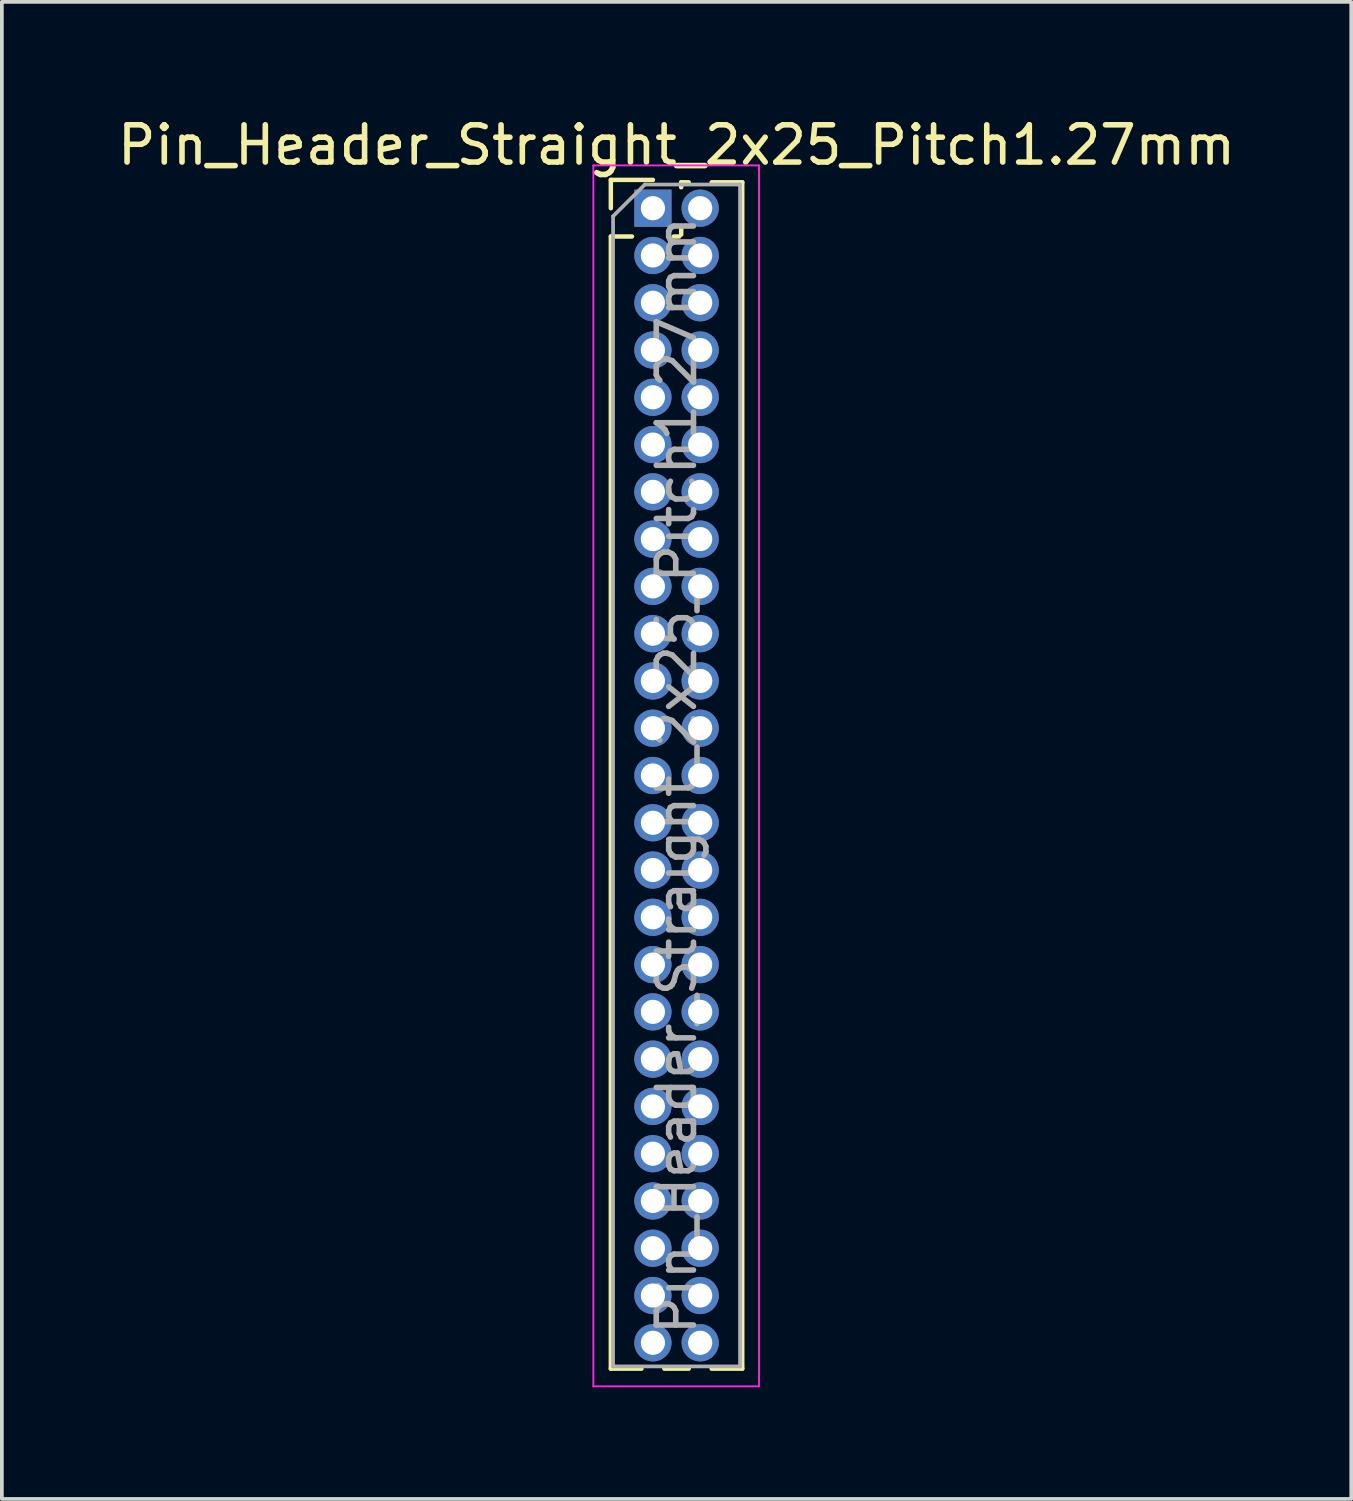
<source format=kicad_pcb>
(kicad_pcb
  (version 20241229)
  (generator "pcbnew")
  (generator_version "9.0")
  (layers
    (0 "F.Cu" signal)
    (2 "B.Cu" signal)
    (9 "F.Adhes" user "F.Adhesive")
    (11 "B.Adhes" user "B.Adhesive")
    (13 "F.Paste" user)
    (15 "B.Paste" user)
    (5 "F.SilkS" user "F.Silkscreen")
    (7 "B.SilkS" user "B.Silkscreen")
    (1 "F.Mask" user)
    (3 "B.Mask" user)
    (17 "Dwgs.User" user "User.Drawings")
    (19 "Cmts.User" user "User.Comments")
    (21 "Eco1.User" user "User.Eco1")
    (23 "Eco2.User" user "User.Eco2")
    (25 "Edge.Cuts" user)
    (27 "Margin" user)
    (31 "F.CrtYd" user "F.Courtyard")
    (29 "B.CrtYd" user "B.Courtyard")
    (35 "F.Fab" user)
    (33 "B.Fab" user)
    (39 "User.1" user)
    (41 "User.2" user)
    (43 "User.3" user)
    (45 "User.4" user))
  (footprint "Pin_Header_Straight_2x25_Pitch1.27mm"
    (layer "F.Cu")
    (at 14.49 2.543)
    (property "Reference" "Pin_Header_Straight_2x25_Pitch1.27mm" (at 0.635 -1.695 0) (layer "F.SilkS") (effects (font (size 1 1) (thickness 0.15))))
    (attr through_hole)
    (fp_line (start -1.13 -0.76) (end 0 -0.76) (stroke (width 0.12) (type solid)) (layer "F.SilkS"))
    (fp_line (start -1.13 0) (end -1.13 -0.76) (stroke (width 0.12) (type solid)) (layer "F.SilkS"))
    (fp_line (start -1.13 0.76) (end -1.13 31.175) (stroke (width 0.12) (type solid)) (layer "F.SilkS"))
    (fp_line (start -1.13 0.76) (end -0.563 0.76) (stroke (width 0.12) (type solid)) (layer "F.SilkS"))
    (fp_line (start -1.13 31.175) (end -0.308 31.175) (stroke (width 0.12) (type solid)) (layer "F.SilkS"))
    (fp_line (start 0.308 31.175) (end 0.962 31.175) (stroke (width 0.12) (type solid)) (layer "F.SilkS"))
    (fp_line (start 0.563 0.76) (end 0.707 0.76) (stroke (width 0.12) (type solid)) (layer "F.SilkS"))
    (fp_line (start 0.76 -0.695) (end 0.962 -0.695) (stroke (width 0.12) (type solid)) (layer "F.SilkS"))
    (fp_line (start 0.76 -0.563) (end 0.76 -0.695) (stroke (width 0.12) (type solid)) (layer "F.SilkS"))
    (fp_line (start 0.76 0.707) (end 0.76 0.563) (stroke (width 0.12) (type solid)) (layer "F.SilkS"))
    (fp_line (start 1.578 -0.695) (end 2.4 -0.695) (stroke (width 0.12) (type solid)) (layer "F.SilkS"))
    (fp_line (start 1.578 31.175) (end 2.4 31.175) (stroke (width 0.12) (type solid)) (layer "F.SilkS"))
    (fp_line (start 2.4 -0.695) (end 2.4 31.175) (stroke (width 0.12) (type solid)) (layer "F.SilkS"))
    (fp_line (start -1.6 -1.15) (end -1.6 31.65) (stroke (width 0.05) (type solid)) (layer "F.CrtYd"))
    (fp_line (start -1.6 31.65) (end 2.85 31.65) (stroke (width 0.05) (type solid)) (layer "F.CrtYd"))
    (fp_line (start 2.85 -1.15) (end -1.6 -1.15) (stroke (width 0.05) (type solid)) (layer "F.CrtYd"))
    (fp_line (start 2.85 31.65) (end 2.85 -1.15) (stroke (width 0.05) (type solid)) (layer "F.CrtYd"))
    (fp_line (start -1.07 0.217) (end -0.217 -0.635) (stroke (width 0.1) (type solid)) (layer "F.Fab"))
    (fp_line (start -1.07 31.115) (end -1.07 0.217) (stroke (width 0.1) (type solid)) (layer "F.Fab"))
    (fp_line (start -0.217 -0.635) (end 2.34 -0.635) (stroke (width 0.1) (type solid)) (layer "F.Fab"))
    (fp_line (start 2.34 -0.635) (end 2.34 31.115) (stroke (width 0.1) (type solid)) (layer "F.Fab"))
    (fp_line (start 2.34 31.115) (end -1.07 31.115) (stroke (width 0.1) (type solid)) (layer "F.Fab"))
    (fp_text user "${REFERENCE}" (at 0.635 15.24 90) (layer "F.Fab") (effects (font (size 1 1) (thickness 0.15))))
    (pad "1" thru_hole rect (at 0 0) (size 1 1) (drill 0.65) (layers "*.Cu" "*.Mask"))
    (pad "2" thru_hole oval (at 1.27 0) (size 1 1) (drill 0.65) (layers "*.Cu" "*.Mask"))
    (pad "3" thru_hole oval (at 0 1.27) (size 1 1) (drill 0.65) (layers "*.Cu" "*.Mask"))
    (pad "4" thru_hole oval (at 1.27 1.27) (size 1 1) (drill 0.65) (layers "*.Cu" "*.Mask"))
    (pad "5" thru_hole oval (at 0 2.54) (size 1 1) (drill 0.65) (layers "*.Cu" "*.Mask"))
    (pad "6" thru_hole oval (at 1.27 2.54) (size 1 1) (drill 0.65) (layers "*.Cu" "*.Mask"))
    (pad "7" thru_hole oval (at 0 3.81) (size 1 1) (drill 0.65) (layers "*.Cu" "*.Mask"))
    (pad "8" thru_hole oval (at 1.27 3.81) (size 1 1) (drill 0.65) (layers "*.Cu" "*.Mask"))
    (pad "9" thru_hole oval (at 0 5.08) (size 1 1) (drill 0.65) (layers "*.Cu" "*.Mask"))
    (pad "10" thru_hole oval (at 1.27 5.08) (size 1 1) (drill 0.65) (layers "*.Cu" "*.Mask"))
    (pad "11" thru_hole oval (at 0 6.35) (size 1 1) (drill 0.65) (layers "*.Cu" "*.Mask"))
    (pad "12" thru_hole oval (at 1.27 6.35) (size 1 1) (drill 0.65) (layers "*.Cu" "*.Mask"))
    (pad "13" thru_hole oval (at 0 7.62) (size 1 1) (drill 0.65) (layers "*.Cu" "*.Mask"))
    (pad "14" thru_hole oval (at 1.27 7.62) (size 1 1) (drill 0.65) (layers "*.Cu" "*.Mask"))
    (pad "15" thru_hole oval (at 0 8.89) (size 1 1) (drill 0.65) (layers "*.Cu" "*.Mask"))
    (pad "16" thru_hole oval (at 1.27 8.89) (size 1 1) (drill 0.65) (layers "*.Cu" "*.Mask"))
    (pad "17" thru_hole oval (at 0 10.16) (size 1 1) (drill 0.65) (layers "*.Cu" "*.Mask"))
    (pad "18" thru_hole oval (at 1.27 10.16) (size 1 1) (drill 0.65) (layers "*.Cu" "*.Mask"))
    (pad "19" thru_hole oval (at 0 11.43) (size 1 1) (drill 0.65) (layers "*.Cu" "*.Mask"))
    (pad "20" thru_hole oval (at 1.27 11.43) (size 1 1) (drill 0.65) (layers "*.Cu" "*.Mask"))
    (pad "21" thru_hole oval (at 0 12.7) (size 1 1) (drill 0.65) (layers "*.Cu" "*.Mask"))
    (pad "22" thru_hole oval (at 1.27 12.7) (size 1 1) (drill 0.65) (layers "*.Cu" "*.Mask"))
    (pad "23" thru_hole oval (at 0 13.97) (size 1 1) (drill 0.65) (layers "*.Cu" "*.Mask"))
    (pad "24" thru_hole oval (at 1.27 13.97) (size 1 1) (drill 0.65) (layers "*.Cu" "*.Mask"))
    (pad "25" thru_hole oval (at 0 15.24) (size 1 1) (drill 0.65) (layers "*.Cu" "*.Mask"))
    (pad "26" thru_hole oval (at 1.27 15.24) (size 1 1) (drill 0.65) (layers "*.Cu" "*.Mask"))
    (pad "27" thru_hole oval (at 0 16.51) (size 1 1) (drill 0.65) (layers "*.Cu" "*.Mask"))
    (pad "28" thru_hole oval (at 1.27 16.51) (size 1 1) (drill 0.65) (layers "*.Cu" "*.Mask"))
    (pad "29" thru_hole oval (at 0 17.78) (size 1 1) (drill 0.65) (layers "*.Cu" "*.Mask"))
    (pad "30" thru_hole oval (at 1.27 17.78) (size 1 1) (drill 0.65) (layers "*.Cu" "*.Mask"))
    (pad "31" thru_hole oval (at 0 19.05) (size 1 1) (drill 0.65) (layers "*.Cu" "*.Mask"))
    (pad "32" thru_hole oval (at 1.27 19.05) (size 1 1) (drill 0.65) (layers "*.Cu" "*.Mask"))
    (pad "33" thru_hole oval (at 0 20.32) (size 1 1) (drill 0.65) (layers "*.Cu" "*.Mask"))
    (pad "34" thru_hole oval (at 1.27 20.32) (size 1 1) (drill 0.65) (layers "*.Cu" "*.Mask"))
    (pad "35" thru_hole oval (at 0 21.59) (size 1 1) (drill 0.65) (layers "*.Cu" "*.Mask"))
    (pad "36" thru_hole oval (at 1.27 21.59) (size 1 1) (drill 0.65) (layers "*.Cu" "*.Mask"))
    (pad "37" thru_hole oval (at 0 22.86) (size 1 1) (drill 0.65) (layers "*.Cu" "*.Mask"))
    (pad "38" thru_hole oval (at 1.27 22.86) (size 1 1) (drill 0.65) (layers "*.Cu" "*.Mask"))
    (pad "39" thru_hole oval (at 0 24.13) (size 1 1) (drill 0.65) (layers "*.Cu" "*.Mask"))
    (pad "40" thru_hole oval (at 1.27 24.13) (size 1 1) (drill 0.65) (layers "*.Cu" "*.Mask"))
    (pad "41" thru_hole oval (at 0 25.4) (size 1 1) (drill 0.65) (layers "*.Cu" "*.Mask"))
    (pad "42" thru_hole oval (at 1.27 25.4) (size 1 1) (drill 0.65) (layers "*.Cu" "*.Mask"))
    (pad "43" thru_hole oval (at 0 26.67) (size 1 1) (drill 0.65) (layers "*.Cu" "*.Mask"))
    (pad "44" thru_hole oval (at 1.27 26.67) (size 1 1) (drill 0.65) (layers "*.Cu" "*.Mask"))
    (pad "45" thru_hole oval (at 0 27.94) (size 1 1) (drill 0.65) (layers "*.Cu" "*.Mask"))
    (pad "46" thru_hole oval (at 1.27 27.94) (size 1 1) (drill 0.65) (layers "*.Cu" "*.Mask"))
    (pad "47" thru_hole oval (at 0 29.21) (size 1 1) (drill 0.65) (layers "*.Cu" "*.Mask"))
    (pad "48" thru_hole oval (at 1.27 29.21) (size 1 1) (drill 0.65) (layers "*.Cu" "*.Mask"))
    (pad "49" thru_hole oval (at 0 30.48) (size 1 1) (drill 0.65) (layers "*.Cu" "*.Mask"))
    (pad "50" thru_hole oval (at 1.27 30.48) (size 1 1) (drill 0.65) (layers "*.Cu" "*.Mask")))
  (gr_rect
    (start -3 -3)
    (end 33.25 37.218)
    (stroke (width 0.1) (type default))
    (fill no)
    (layer "Edge.Cuts")))
</source>
